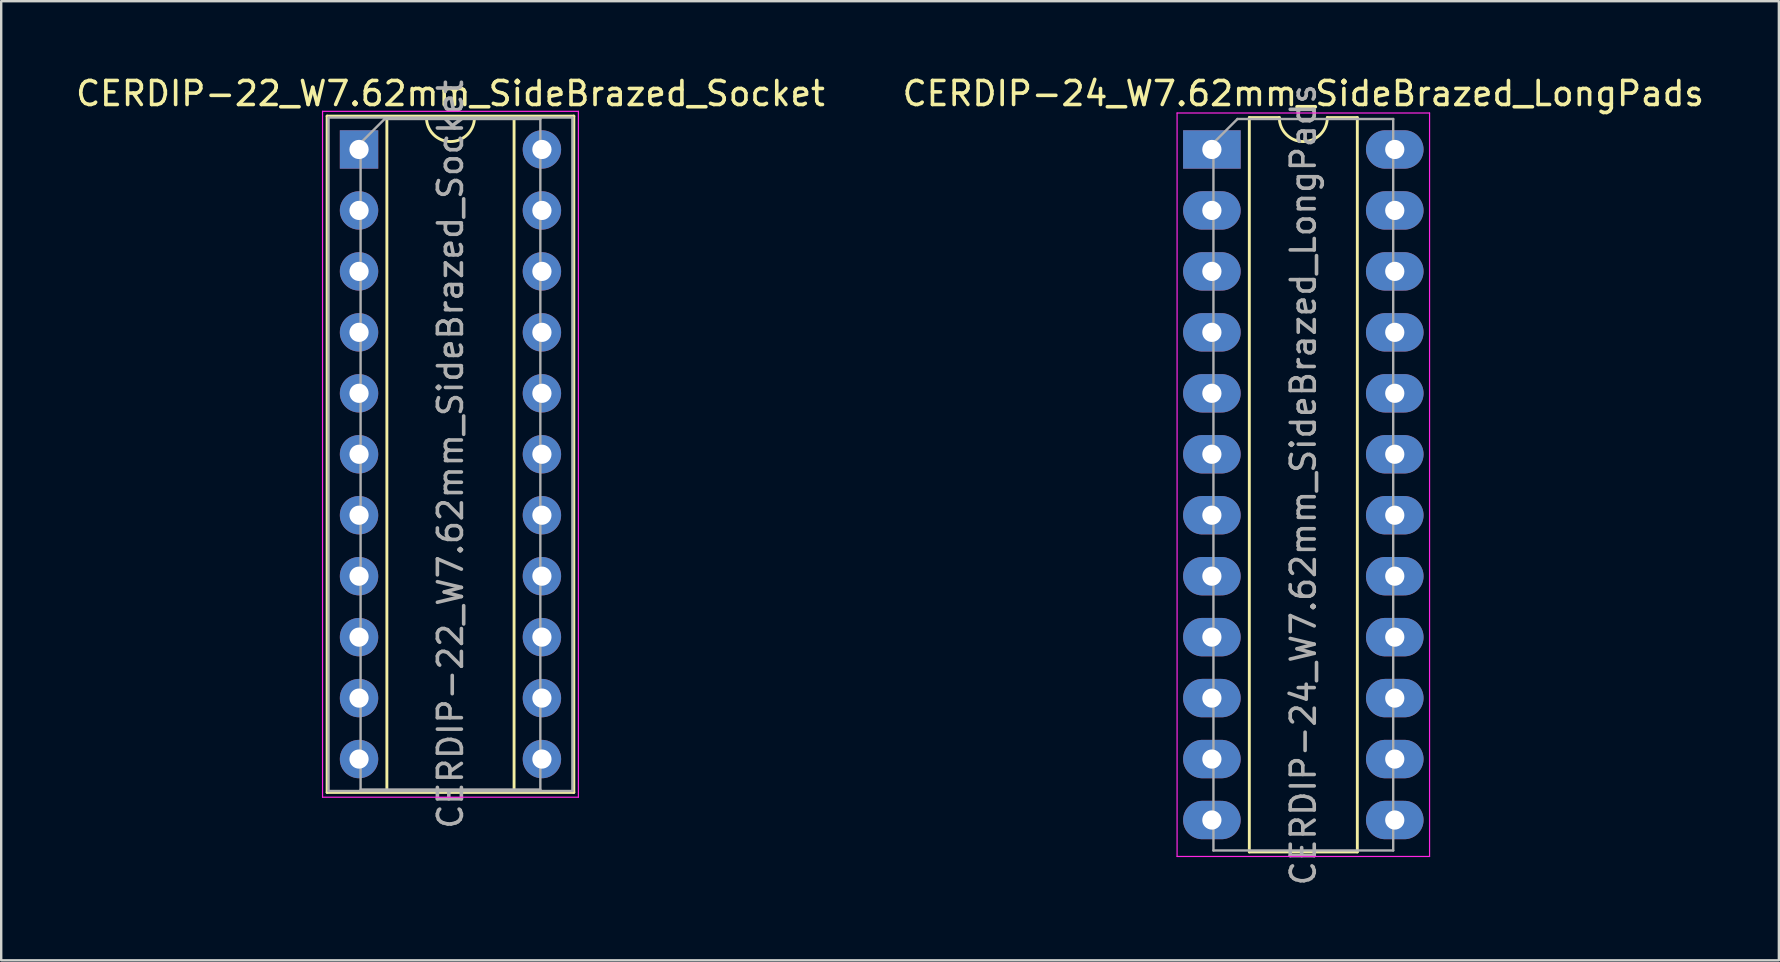
<source format=kicad_pcb>
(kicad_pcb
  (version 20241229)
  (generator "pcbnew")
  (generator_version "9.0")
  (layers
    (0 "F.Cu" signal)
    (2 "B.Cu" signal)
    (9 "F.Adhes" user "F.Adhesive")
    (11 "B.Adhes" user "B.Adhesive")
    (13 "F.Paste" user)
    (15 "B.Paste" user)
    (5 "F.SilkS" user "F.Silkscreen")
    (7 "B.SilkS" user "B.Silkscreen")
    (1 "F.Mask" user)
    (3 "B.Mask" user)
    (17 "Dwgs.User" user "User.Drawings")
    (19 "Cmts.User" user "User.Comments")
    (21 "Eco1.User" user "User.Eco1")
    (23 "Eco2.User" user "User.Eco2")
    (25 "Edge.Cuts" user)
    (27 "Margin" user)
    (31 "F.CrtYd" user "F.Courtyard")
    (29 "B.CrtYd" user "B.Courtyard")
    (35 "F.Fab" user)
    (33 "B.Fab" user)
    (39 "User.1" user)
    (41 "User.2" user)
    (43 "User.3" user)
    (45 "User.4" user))
  (footprint "CERDIP-24_W7.62mm_SideBrazed_LongPads"
    (layer "F.Cu")
    (at 47.446 3.178)
    (property "Reference" "CERDIP-24_W7.62mm_SideBrazed_LongPads" (at 3.81 -2.33 0) (layer "F.SilkS") (effects (font (size 1 1) (thickness 0.15))))
    (attr through_hole)
    (fp_line (start 1.56 -1.33) (end 1.56 29.27) (stroke (width 0.12) (type solid)) (layer "F.SilkS"))
    (fp_line (start 1.56 29.27) (end 6.06 29.27) (stroke (width 0.12) (type solid)) (layer "F.SilkS"))
    (fp_line (start 2.81 -1.33) (end 1.56 -1.33) (stroke (width 0.12) (type solid)) (layer "F.SilkS"))
    (fp_line (start 6.06 -1.33) (end 4.81 -1.33) (stroke (width 0.12) (type solid)) (layer "F.SilkS"))
    (fp_line (start 6.06 29.27) (end 6.06 -1.33) (stroke (width 0.12) (type solid)) (layer "F.SilkS"))
    (fp_arc (start 4.81 -1.33) (mid 3.81 -0.33) (end 2.81 -1.33) (stroke (width 0.12) (type solid)) (layer "F.SilkS"))
    (fp_line (start -1.45 -1.52) (end -1.45 29.46) (stroke (width 0.05) (type solid)) (layer "F.CrtYd"))
    (fp_line (start -1.45 29.46) (end 9.07 29.46) (stroke (width 0.05) (type solid)) (layer "F.CrtYd"))
    (fp_line (start 9.07 -1.52) (end -1.45 -1.52) (stroke (width 0.05) (type solid)) (layer "F.CrtYd"))
    (fp_line (start 9.07 29.46) (end 9.07 -1.52) (stroke (width 0.05) (type solid)) (layer "F.CrtYd"))
    (fp_line (start 0.065 -0.27) (end 1.065 -1.27) (stroke (width 0.1) (type solid)) (layer "F.Fab"))
    (fp_line (start 0.065 29.21) (end 0.065 -0.27) (stroke (width 0.1) (type solid)) (layer "F.Fab"))
    (fp_line (start 1.065 -1.27) (end 7.555 -1.27) (stroke (width 0.1) (type solid)) (layer "F.Fab"))
    (fp_line (start 7.555 -1.27) (end 7.555 29.21) (stroke (width 0.1) (type solid)) (layer "F.Fab"))
    (fp_line (start 7.555 29.21) (end 0.065 29.21) (stroke (width 0.1) (type solid)) (layer "F.Fab"))
    (fp_text user "${REFERENCE}" (at 3.81 13.97 90) (layer "F.Fab") (effects (font (size 1 1) (thickness 0.15))))
    (pad "1" thru_hole rect (at 0 0) (size 2.4 1.6) (drill 0.8) (layers "*.Cu" "*.Mask"))
    (pad "2" thru_hole oval (at 0 2.54) (size 2.4 1.6) (drill 0.8) (layers "*.Cu" "*.Mask"))
    (pad "3" thru_hole oval (at 0 5.08) (size 2.4 1.6) (drill 0.8) (layers "*.Cu" "*.Mask"))
    (pad "4" thru_hole oval (at 0 7.62) (size 2.4 1.6) (drill 0.8) (layers "*.Cu" "*.Mask"))
    (pad "5" thru_hole oval (at 0 10.16) (size 2.4 1.6) (drill 0.8) (layers "*.Cu" "*.Mask"))
    (pad "6" thru_hole oval (at 0 12.7) (size 2.4 1.6) (drill 0.8) (layers "*.Cu" "*.Mask"))
    (pad "7" thru_hole oval (at 0 15.24) (size 2.4 1.6) (drill 0.8) (layers "*.Cu" "*.Mask"))
    (pad "8" thru_hole oval (at 0 17.78) (size 2.4 1.6) (drill 0.8) (layers "*.Cu" "*.Mask"))
    (pad "9" thru_hole oval (at 0 20.32) (size 2.4 1.6) (drill 0.8) (layers "*.Cu" "*.Mask"))
    (pad "10" thru_hole oval (at 0 22.86) (size 2.4 1.6) (drill 0.8) (layers "*.Cu" "*.Mask"))
    (pad "11" thru_hole oval (at 0 25.4) (size 2.4 1.6) (drill 0.8) (layers "*.Cu" "*.Mask"))
    (pad "12" thru_hole oval (at 0 27.94) (size 2.4 1.6) (drill 0.8) (layers "*.Cu" "*.Mask"))
    (pad "13" thru_hole oval (at 7.62 27.94) (size 2.4 1.6) (drill 0.8) (layers "*.Cu" "*.Mask"))
    (pad "14" thru_hole oval (at 7.62 25.4) (size 2.4 1.6) (drill 0.8) (layers "*.Cu" "*.Mask"))
    (pad "15" thru_hole oval (at 7.62 22.86) (size 2.4 1.6) (drill 0.8) (layers "*.Cu" "*.Mask"))
    (pad "16" thru_hole oval (at 7.62 20.32) (size 2.4 1.6) (drill 0.8) (layers "*.Cu" "*.Mask"))
    (pad "17" thru_hole oval (at 7.62 17.78) (size 2.4 1.6) (drill 0.8) (layers "*.Cu" "*.Mask"))
    (pad "18" thru_hole oval (at 7.62 15.24) (size 2.4 1.6) (drill 0.8) (layers "*.Cu" "*.Mask"))
    (pad "19" thru_hole oval (at 7.62 12.7) (size 2.4 1.6) (drill 0.8) (layers "*.Cu" "*.Mask"))
    (pad "20" thru_hole oval (at 7.62 10.16) (size 2.4 1.6) (drill 0.8) (layers "*.Cu" "*.Mask"))
    (pad "21" thru_hole oval (at 7.62 7.62) (size 2.4 1.6) (drill 0.8) (layers "*.Cu" "*.Mask"))
    (pad "22" thru_hole oval (at 7.62 5.08) (size 2.4 1.6) (drill 0.8) (layers "*.Cu" "*.Mask"))
    (pad "23" thru_hole oval (at 7.62 2.54) (size 2.4 1.6) (drill 0.8) (layers "*.Cu" "*.Mask"))
    (pad "24" thru_hole oval (at 7.62 0) (size 2.4 1.6) (drill 0.8) (layers "*.Cu" "*.Mask")))
  (footprint "CERDIP-22_W7.62mm_SideBrazed_Socket"
    (layer "F.Cu")
    (at 11.91 3.178)
    (property "Reference" "CERDIP-22_W7.62mm_SideBrazed_Socket" (at 3.81 -2.33 0) (layer "F.SilkS") (effects (font (size 1 1) (thickness 0.15))))
    (attr through_hole)
    (fp_line (start -1.33 -1.39) (end -1.33 26.79) (stroke (width 0.12) (type solid)) (layer "F.SilkS"))
    (fp_line (start -1.33 26.79) (end 8.95 26.79) (stroke (width 0.12) (type solid)) (layer "F.SilkS"))
    (fp_line (start 1.16 -1.33) (end 1.16 26.73) (stroke (width 0.12) (type solid)) (layer "F.SilkS"))
    (fp_line (start 1.16 26.73) (end 6.46 26.73) (stroke (width 0.12) (type solid)) (layer "F.SilkS"))
    (fp_line (start 2.81 -1.33) (end 1.16 -1.33) (stroke (width 0.12) (type solid)) (layer "F.SilkS"))
    (fp_line (start 6.46 -1.33) (end 4.81 -1.33) (stroke (width 0.12) (type solid)) (layer "F.SilkS"))
    (fp_line (start 6.46 26.73) (end 6.46 -1.33) (stroke (width 0.12) (type solid)) (layer "F.SilkS"))
    (fp_line (start 8.95 -1.39) (end -1.33 -1.39) (stroke (width 0.12) (type solid)) (layer "F.SilkS"))
    (fp_line (start 8.95 26.79) (end 8.95 -1.39) (stroke (width 0.12) (type solid)) (layer "F.SilkS"))
    (fp_arc (start 4.81 -1.33) (mid 3.81 -0.33) (end 2.81 -1.33) (stroke (width 0.12) (type solid)) (layer "F.SilkS"))
    (fp_line (start -1.52 -1.59) (end -1.52 26.99) (stroke (width 0.05) (type solid)) (layer "F.CrtYd"))
    (fp_line (start -1.52 26.99) (end 9.14 26.99) (stroke (width 0.05) (type solid)) (layer "F.CrtYd"))
    (fp_line (start 9.14 -1.59) (end -1.52 -1.59) (stroke (width 0.05) (type solid)) (layer "F.CrtYd"))
    (fp_line (start 9.14 26.99) (end 9.14 -1.59) (stroke (width 0.05) (type solid)) (layer "F.CrtYd"))
    (fp_line (start -1.27 -1.33) (end -1.27 26.73) (stroke (width 0.1) (type solid)) (layer "F.Fab"))
    (fp_line (start -1.27 26.73) (end 8.89 26.73) (stroke (width 0.1) (type solid)) (layer "F.Fab"))
    (fp_line (start 0.065 -0.27) (end 1.065 -1.27) (stroke (width 0.1) (type solid)) (layer "F.Fab"))
    (fp_line (start 0.065 26.67) (end 0.065 -0.27) (stroke (width 0.1) (type solid)) (layer "F.Fab"))
    (fp_line (start 1.065 -1.27) (end 7.555 -1.27) (stroke (width 0.1) (type solid)) (layer "F.Fab"))
    (fp_line (start 7.555 -1.27) (end 7.555 26.67) (stroke (width 0.1) (type solid)) (layer "F.Fab"))
    (fp_line (start 7.555 26.67) (end 0.065 26.67) (stroke (width 0.1) (type solid)) (layer "F.Fab"))
    (fp_line (start 8.89 -1.33) (end -1.27 -1.33) (stroke (width 0.1) (type solid)) (layer "F.Fab"))
    (fp_line (start 8.89 26.73) (end 8.89 -1.33) (stroke (width 0.1) (type solid)) (layer "F.Fab"))
    (fp_text user "${REFERENCE}" (at 3.81 12.7 90) (layer "F.Fab") (effects (font (size 1 1) (thickness 0.15))))
    (pad "1" thru_hole rect (at 0 0) (size 1.6 1.6) (drill 0.8) (layers "*.Cu" "*.Mask"))
    (pad "2" thru_hole circle (at 0 2.54) (size 1.6 1.6) (drill 0.8) (layers "*.Cu" "*.Mask"))
    (pad "3" thru_hole circle (at 0 5.08) (size 1.6 1.6) (drill 0.8) (layers "*.Cu" "*.Mask"))
    (pad "4" thru_hole circle (at 0 7.62) (size 1.6 1.6) (drill 0.8) (layers "*.Cu" "*.Mask"))
    (pad "5" thru_hole circle (at 0 10.16) (size 1.6 1.6) (drill 0.8) (layers "*.Cu" "*.Mask"))
    (pad "6" thru_hole circle (at 0 12.7) (size 1.6 1.6) (drill 0.8) (layers "*.Cu" "*.Mask"))
    (pad "7" thru_hole circle (at 0 15.24) (size 1.6 1.6) (drill 0.8) (layers "*.Cu" "*.Mask"))
    (pad "8" thru_hole circle (at 0 17.78) (size 1.6 1.6) (drill 0.8) (layers "*.Cu" "*.Mask"))
    (pad "9" thru_hole circle (at 0 20.32) (size 1.6 1.6) (drill 0.8) (layers "*.Cu" "*.Mask"))
    (pad "10" thru_hole circle (at 0 22.86) (size 1.6 1.6) (drill 0.8) (layers "*.Cu" "*.Mask"))
    (pad "11" thru_hole circle (at 0 25.4) (size 1.6 1.6) (drill 0.8) (layers "*.Cu" "*.Mask"))
    (pad "12" thru_hole circle (at 7.62 25.4) (size 1.6 1.6) (drill 0.8) (layers "*.Cu" "*.Mask"))
    (pad "13" thru_hole circle (at 7.62 22.86) (size 1.6 1.6) (drill 0.8) (layers "*.Cu" "*.Mask"))
    (pad "14" thru_hole circle (at 7.62 20.32) (size 1.6 1.6) (drill 0.8) (layers "*.Cu" "*.Mask"))
    (pad "15" thru_hole circle (at 7.62 17.78) (size 1.6 1.6) (drill 0.8) (layers "*.Cu" "*.Mask"))
    (pad "16" thru_hole circle (at 7.62 15.24) (size 1.6 1.6) (drill 0.8) (layers "*.Cu" "*.Mask"))
    (pad "17" thru_hole circle (at 7.62 12.7) (size 1.6 1.6) (drill 0.8) (layers "*.Cu" "*.Mask"))
    (pad "18" thru_hole circle (at 7.62 10.16) (size 1.6 1.6) (drill 0.8) (layers "*.Cu" "*.Mask"))
    (pad "19" thru_hole circle (at 7.62 7.62) (size 1.6 1.6) (drill 0.8) (layers "*.Cu" "*.Mask"))
    (pad "20" thru_hole circle (at 7.62 5.08) (size 1.6 1.6) (drill 0.8) (layers "*.Cu" "*.Mask"))
    (pad "21" thru_hole circle (at 7.62 2.54) (size 1.6 1.6) (drill 0.8) (layers "*.Cu" "*.Mask"))
    (pad "22" thru_hole circle (at 7.62 0) (size 1.6 1.6) (drill 0.8) (layers "*.Cu" "*.Mask")))
  (gr_rect
    (start -3 -3)
    (end 71.071 36.964)
    (stroke (width 0.1) (type default))
    (fill no)
    (layer "Edge.Cuts")))
</source>
